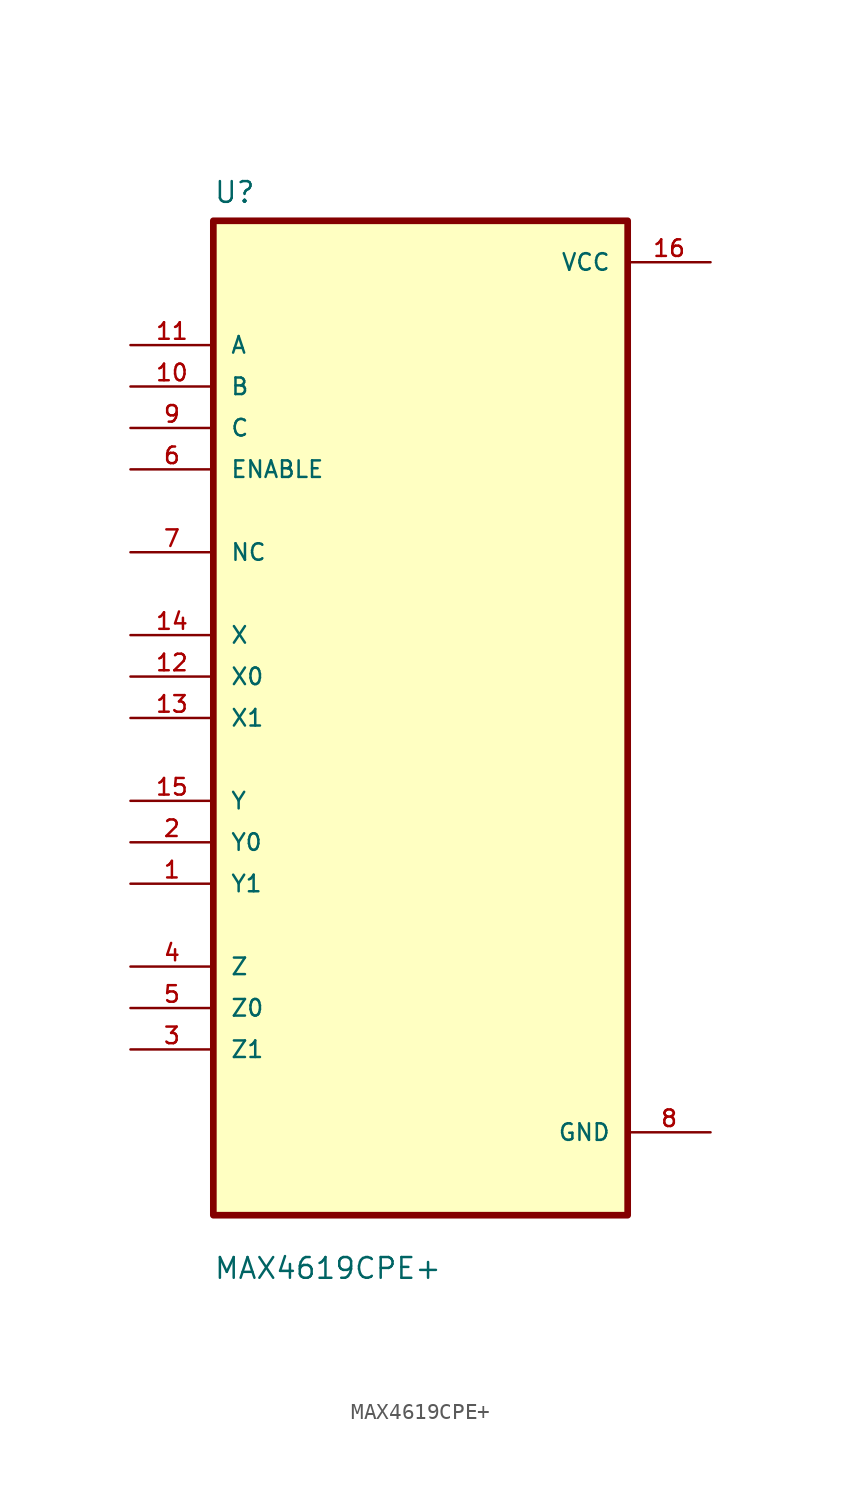
<source format=kicad_sym>
(kicad_symbol_lib
  (version 20211014)
  (generator kicad_symbol_editor)
  (symbol "MAX4619CPE+"
    (pin_names
      (offset 1.016))
    (property "Reference" "U"
      (at -12.7 31.48 0.0)
      (effects (font (size 1.27 1.27)) (justify bottom left)))
    (property "Value" "MAX4619CPE+"
      (at -12.7 -34.48 0.0)
      (effects (font (size 1.27 1.27)) (justify bottom left)))
    (symbol "MAX4619CPE+_0_0"
      (rectangle (start -12.7 -30.48) (end 12.7 30.48) (stroke (width 0.41)) (fill (type background)))
      (pin input line (at -17.78 22.86 0) (length 5.08) (name "A" (effects (font (size 1.016 1.016)))) (number "11" (effects (font (size 1.016 1.016)))))
      (pin input line (at -17.78 20.32 0) (length 5.08) (name "B" (effects (font (size 1.016 1.016)))) (number "10" (effects (font (size 1.016 1.016)))))
      (pin input line (at -17.78 17.78 0) (length 5.08) (name "C" (effects (font (size 1.016 1.016)))) (number "9" (effects (font (size 1.016 1.016)))))
      (pin input line (at -17.78 15.24 0) (length 5.08) (name "ENABLE" (effects (font (size 1.016 1.016)))) (number "6" (effects (font (size 1.016 1.016)))))
      (pin bidirectional line (at -17.78 10.16 0) (length 5.08) (name "NC" (effects (font (size 1.016 1.016)))) (number "7" (effects (font (size 1.016 1.016)))))
      (pin bidirectional line (at -17.78 5.08 0) (length 5.08) (name "X" (effects (font (size 1.016 1.016)))) (number "14" (effects (font (size 1.016 1.016)))))
      (pin bidirectional line (at -17.78 2.54 0) (length 5.08) (name "X0" (effects (font (size 1.016 1.016)))) (number "12" (effects (font (size 1.016 1.016)))))
      (pin bidirectional line (at -17.78 3.55271e-15 0) (length 5.08) (name "X1" (effects (font (size 1.016 1.016)))) (number "13" (effects (font (size 1.016 1.016)))))
      (pin bidirectional line (at -17.78 -5.08 0) (length 5.08) (name "Y" (effects (font (size 1.016 1.016)))) (number "15" (effects (font (size 1.016 1.016)))))
      (pin bidirectional line (at -17.78 -7.62 0) (length 5.08) (name "Y0" (effects (font (size 1.016 1.016)))) (number "2" (effects (font (size 1.016 1.016)))))
      (pin bidirectional line (at -17.78 -10.16 0) (length 5.08) (name "Y1" (effects (font (size 1.016 1.016)))) (number "1" (effects (font (size 1.016 1.016)))))
      (pin bidirectional line (at -17.78 -15.24 0) (length 5.08) (name "Z" (effects (font (size 1.016 1.016)))) (number "4" (effects (font (size 1.016 1.016)))))
      (pin bidirectional line (at -17.78 -17.78 0) (length 5.08) (name "Z0" (effects (font (size 1.016 1.016)))) (number "5" (effects (font (size 1.016 1.016)))))
      (pin bidirectional line (at -17.78 -20.32 0) (length 5.08) (name "Z1" (effects (font (size 1.016 1.016)))) (number "3" (effects (font (size 1.016 1.016)))))
      (pin power_in line (at 17.78 27.94 180.0) (length 5.08) (name "VCC" (effects (font (size 1.016 1.016)))) (number "16" (effects (font (size 1.016 1.016)))))
      (pin power_in line (at 17.78 -25.4 180.0) (length 5.08) (name "GND" (effects (font (size 1.016 1.016)))) (number "8" (effects (font (size 1.016 1.016))))))))
</source>
